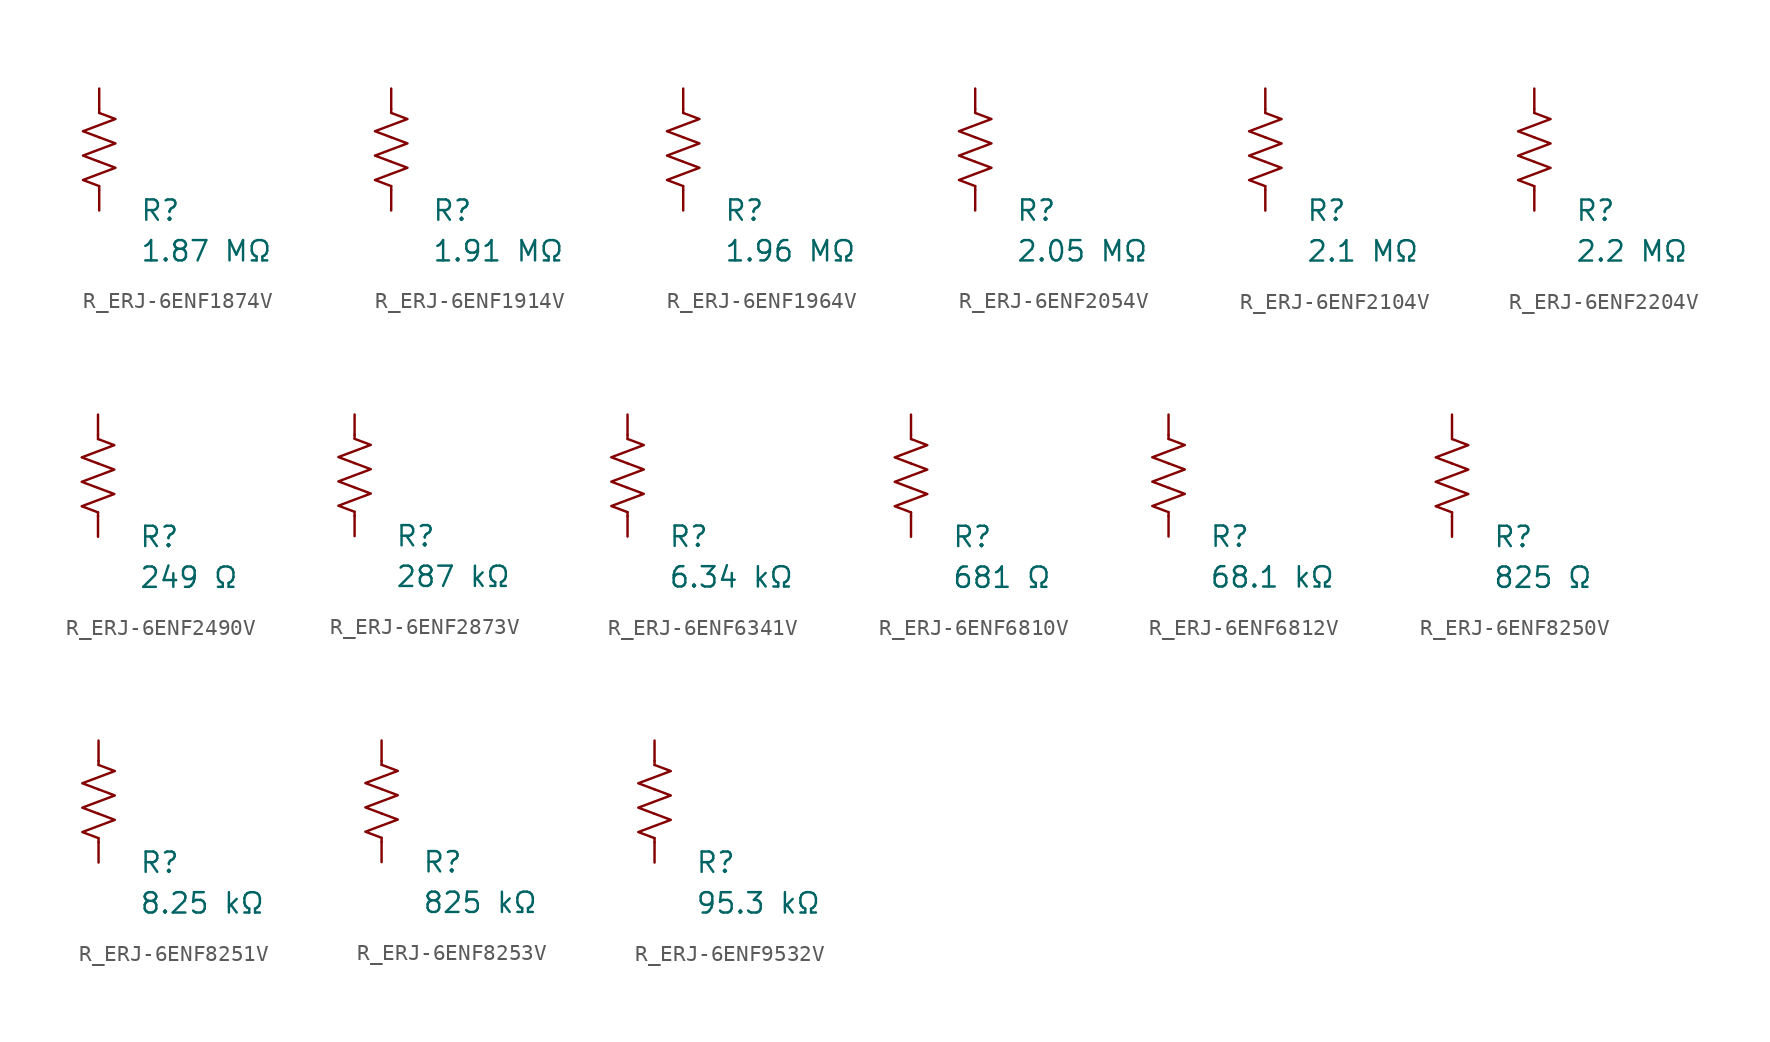
<source format=kicad_sym>
(kicad_symbol_lib
  (version 20231120)
  (generator "kicad_symbol_editor")
  (generator_version "8.0")
  (symbol "R_ERJ-6ENF1874V"
    (pin_numbers hide)
    (pin_names
      (offset 0))
    (property "Reference" "R"
      (at 2.54 -3.81 0)
      (effects (font (size 1.27 1.27)) (justify left))
      (show_name no))
    (property "Value" "1.87 MΩ"
      (at 2.54 -6.35 0)
      (effects (font (size 1.27 1.27)) (justify left))
      (show_name no))
    (symbol "R_ERJ-6ENF1874V_0_1"
      (polyline (pts (xy 0 -2.286) (xy 0 -2.54)) (stroke (width 0) (type default)) (fill (type none)))
      (polyline (pts (xy 0 2.286) (xy 0 2.54)) (stroke (width 0) (type default)) (fill (type none)))
      (polyline (pts (xy 0 -0.762) (xy 1.016 -1.143) (xy 0 -1.524) (xy -1.016 -1.905) (xy 0 -2.286)) (stroke (width 0) (type default)) (fill (type none)))
      (polyline (pts (xy 0 0.762) (xy 1.016 0.381) (xy 0 0) (xy -1.016 -0.381) (xy 0 -0.762)) (stroke (width 0) (type default)) (fill (type none)))
      (polyline (pts (xy 0 2.286) (xy 1.016 1.905) (xy 0 1.524) (xy -1.016 1.143) (xy 0 0.762)) (stroke (width 0) (type default)) (fill (type none))))
    (symbol "R_ERJ-6ENF1874V_1_1"
      (pin passive line (at 0 3.81 270) (length 1.27) (name "~" (effects (font (size 1.27 1.27)))) (number "1" (effects (font (size 1.27 1.27)))))
      (pin passive line (at 0 -3.81 90) (length 1.27) (name "~" (effects (font (size 1.27 1.27)))) (number "2" (effects (font (size 1.27 1.27)))))))
  (symbol "R_ERJ-6ENF1914V"
    (pin_numbers hide)
    (pin_names
      (offset 0))
    (property "Reference" "R"
      (at 2.54 -3.81 0)
      (effects (font (size 1.27 1.27)) (justify left))
      (show_name no))
    (property "Value" "1.91 MΩ"
      (at 2.54 -6.35 0)
      (effects (font (size 1.27 1.27)) (justify left))
      (show_name no))
    (symbol "R_ERJ-6ENF1914V_0_1"
      (polyline (pts (xy 0 -2.286) (xy 0 -2.54)) (stroke (width 0) (type default)) (fill (type none)))
      (polyline (pts (xy 0 2.286) (xy 0 2.54)) (stroke (width 0) (type default)) (fill (type none)))
      (polyline (pts (xy 0 -0.762) (xy 1.016 -1.143) (xy 0 -1.524) (xy -1.016 -1.905) (xy 0 -2.286)) (stroke (width 0) (type default)) (fill (type none)))
      (polyline (pts (xy 0 0.762) (xy 1.016 0.381) (xy 0 0) (xy -1.016 -0.381) (xy 0 -0.762)) (stroke (width 0) (type default)) (fill (type none)))
      (polyline (pts (xy 0 2.286) (xy 1.016 1.905) (xy 0 1.524) (xy -1.016 1.143) (xy 0 0.762)) (stroke (width 0) (type default)) (fill (type none))))
    (symbol "R_ERJ-6ENF1914V_1_1"
      (pin passive line (at 0 3.81 270) (length 1.27) (name "~" (effects (font (size 1.27 1.27)))) (number "1" (effects (font (size 1.27 1.27)))))
      (pin passive line (at 0 -3.81 90) (length 1.27) (name "~" (effects (font (size 1.27 1.27)))) (number "2" (effects (font (size 1.27 1.27)))))))
  (symbol "R_ERJ-6ENF1964V"
    (pin_numbers hide)
    (pin_names
      (offset 0))
    (property "Reference" "R"
      (at 2.54 -3.81 0)
      (effects (font (size 1.27 1.27)) (justify left))
      (show_name no))
    (property "Value" "1.96 MΩ"
      (at 2.54 -6.35 0)
      (effects (font (size 1.27 1.27)) (justify left))
      (show_name no))
    (symbol "R_ERJ-6ENF1964V_0_1"
      (polyline (pts (xy 0 -2.286) (xy 0 -2.54)) (stroke (width 0) (type default)) (fill (type none)))
      (polyline (pts (xy 0 2.286) (xy 0 2.54)) (stroke (width 0) (type default)) (fill (type none)))
      (polyline (pts (xy 0 -0.762) (xy 1.016 -1.143) (xy 0 -1.524) (xy -1.016 -1.905) (xy 0 -2.286)) (stroke (width 0) (type default)) (fill (type none)))
      (polyline (pts (xy 0 0.762) (xy 1.016 0.381) (xy 0 0) (xy -1.016 -0.381) (xy 0 -0.762)) (stroke (width 0) (type default)) (fill (type none)))
      (polyline (pts (xy 0 2.286) (xy 1.016 1.905) (xy 0 1.524) (xy -1.016 1.143) (xy 0 0.762)) (stroke (width 0) (type default)) (fill (type none))))
    (symbol "R_ERJ-6ENF1964V_1_1"
      (pin passive line (at 0 3.81 270) (length 1.27) (name "~" (effects (font (size 1.27 1.27)))) (number "1" (effects (font (size 1.27 1.27)))))
      (pin passive line (at 0 -3.81 90) (length 1.27) (name "~" (effects (font (size 1.27 1.27)))) (number "2" (effects (font (size 1.27 1.27)))))))
  (symbol "R_ERJ-6ENF2054V"
    (pin_numbers hide)
    (pin_names
      (offset 0))
    (property "Reference" "R"
      (at 2.54 -3.81 0)
      (effects (font (size 1.27 1.27)) (justify left))
      (show_name no))
    (property "Value" "2.05 MΩ"
      (at 2.54 -6.35 0)
      (effects (font (size 1.27 1.27)) (justify left))
      (show_name no))
    (symbol "R_ERJ-6ENF2054V_0_1"
      (polyline (pts (xy 0 -2.286) (xy 0 -2.54)) (stroke (width 0) (type default)) (fill (type none)))
      (polyline (pts (xy 0 2.286) (xy 0 2.54)) (stroke (width 0) (type default)) (fill (type none)))
      (polyline (pts (xy 0 -0.762) (xy 1.016 -1.143) (xy 0 -1.524) (xy -1.016 -1.905) (xy 0 -2.286)) (stroke (width 0) (type default)) (fill (type none)))
      (polyline (pts (xy 0 0.762) (xy 1.016 0.381) (xy 0 0) (xy -1.016 -0.381) (xy 0 -0.762)) (stroke (width 0) (type default)) (fill (type none)))
      (polyline (pts (xy 0 2.286) (xy 1.016 1.905) (xy 0 1.524) (xy -1.016 1.143) (xy 0 0.762)) (stroke (width 0) (type default)) (fill (type none))))
    (symbol "R_ERJ-6ENF2054V_1_1"
      (pin passive line (at 0 3.81 270) (length 1.27) (name "~" (effects (font (size 1.27 1.27)))) (number "1" (effects (font (size 1.27 1.27)))))
      (pin passive line (at 0 -3.81 90) (length 1.27) (name "~" (effects (font (size 1.27 1.27)))) (number "2" (effects (font (size 1.27 1.27)))))))
  (symbol "R_ERJ-6ENF2104V"
    (pin_numbers hide)
    (pin_names
      (offset 0))
    (property "Reference" "R"
      (at 2.54 -3.81 0)
      (effects (font (size 1.27 1.27)) (justify left))
      (show_name no))
    (property "Value" "2.1 MΩ"
      (at 2.54 -6.35 0)
      (effects (font (size 1.27 1.27)) (justify left))
      (show_name no))
    (symbol "R_ERJ-6ENF2104V_0_1"
      (polyline (pts (xy 0 -2.286) (xy 0 -2.54)) (stroke (width 0) (type default)) (fill (type none)))
      (polyline (pts (xy 0 2.286) (xy 0 2.54)) (stroke (width 0) (type default)) (fill (type none)))
      (polyline (pts (xy 0 -0.762) (xy 1.016 -1.143) (xy 0 -1.524) (xy -1.016 -1.905) (xy 0 -2.286)) (stroke (width 0) (type default)) (fill (type none)))
      (polyline (pts (xy 0 0.762) (xy 1.016 0.381) (xy 0 0) (xy -1.016 -0.381) (xy 0 -0.762)) (stroke (width 0) (type default)) (fill (type none)))
      (polyline (pts (xy 0 2.286) (xy 1.016 1.905) (xy 0 1.524) (xy -1.016 1.143) (xy 0 0.762)) (stroke (width 0) (type default)) (fill (type none))))
    (symbol "R_ERJ-6ENF2104V_1_1"
      (pin passive line (at 0 3.81 270) (length 1.27) (name "~" (effects (font (size 1.27 1.27)))) (number "1" (effects (font (size 1.27 1.27)))))
      (pin passive line (at 0 -3.81 90) (length 1.27) (name "~" (effects (font (size 1.27 1.27)))) (number "2" (effects (font (size 1.27 1.27)))))))
  (symbol "R_ERJ-6ENF2204V"
    (pin_numbers hide)
    (pin_names
      (offset 0))
    (property "Reference" "R"
      (at 2.54 -3.81 0)
      (effects (font (size 1.27 1.27)) (justify left))
      (show_name no))
    (property "Value" "2.2 MΩ"
      (at 2.54 -6.35 0)
      (effects (font (size 1.27 1.27)) (justify left))
      (show_name no))
    (symbol "R_ERJ-6ENF2204V_0_1"
      (polyline (pts (xy 0 -2.286) (xy 0 -2.54)) (stroke (width 0) (type default)) (fill (type none)))
      (polyline (pts (xy 0 2.286) (xy 0 2.54)) (stroke (width 0) (type default)) (fill (type none)))
      (polyline (pts (xy 0 -0.762) (xy 1.016 -1.143) (xy 0 -1.524) (xy -1.016 -1.905) (xy 0 -2.286)) (stroke (width 0) (type default)) (fill (type none)))
      (polyline (pts (xy 0 0.762) (xy 1.016 0.381) (xy 0 0) (xy -1.016 -0.381) (xy 0 -0.762)) (stroke (width 0) (type default)) (fill (type none)))
      (polyline (pts (xy 0 2.286) (xy 1.016 1.905) (xy 0 1.524) (xy -1.016 1.143) (xy 0 0.762)) (stroke (width 0) (type default)) (fill (type none))))
    (symbol "R_ERJ-6ENF2204V_1_1"
      (pin passive line (at 0 3.81 270) (length 1.27) (name "~" (effects (font (size 1.27 1.27)))) (number "1" (effects (font (size 1.27 1.27)))))
      (pin passive line (at 0 -3.81 90) (length 1.27) (name "~" (effects (font (size 1.27 1.27)))) (number "2" (effects (font (size 1.27 1.27)))))))
  (symbol "R_ERJ-6ENF2490V"
    (pin_numbers hide)
    (pin_names
      (offset 0))
    (property "Reference" "R"
      (at 2.54 -3.81 0)
      (effects (font (size 1.27 1.27)) (justify left))
      (show_name no))
    (property "Value" "249 Ω"
      (at 2.54 -6.35 0)
      (effects (font (size 1.27 1.27)) (justify left))
      (show_name no))
    (symbol "R_ERJ-6ENF2490V_0_1"
      (polyline (pts (xy 0 -2.286) (xy 0 -2.54)) (stroke (width 0) (type default)) (fill (type none)))
      (polyline (pts (xy 0 2.286) (xy 0 2.54)) (stroke (width 0) (type default)) (fill (type none)))
      (polyline (pts (xy 0 -0.762) (xy 1.016 -1.143) (xy 0 -1.524) (xy -1.016 -1.905) (xy 0 -2.286)) (stroke (width 0) (type default)) (fill (type none)))
      (polyline (pts (xy 0 0.762) (xy 1.016 0.381) (xy 0 0) (xy -1.016 -0.381) (xy 0 -0.762)) (stroke (width 0) (type default)) (fill (type none)))
      (polyline (pts (xy 0 2.286) (xy 1.016 1.905) (xy 0 1.524) (xy -1.016 1.143) (xy 0 0.762)) (stroke (width 0) (type default)) (fill (type none))))
    (symbol "R_ERJ-6ENF2490V_1_1"
      (pin passive line (at 0 3.81 270) (length 1.27) (name "~" (effects (font (size 1.27 1.27)))) (number "1" (effects (font (size 1.27 1.27)))))
      (pin passive line (at 0 -3.81 90) (length 1.27) (name "~" (effects (font (size 1.27 1.27)))) (number "2" (effects (font (size 1.27 1.27)))))))
  (symbol "R_ERJ-6ENF2873V"
    (pin_numbers hide)
    (pin_names
      (offset 0))
    (property "Reference" "R"
      (at 2.54 -3.81 0)
      (effects (font (size 1.27 1.27)) (justify left))
      (show_name no))
    (property "Value" "287 kΩ"
      (at 2.54 -6.35 0)
      (effects (font (size 1.27 1.27)) (justify left))
      (show_name no))
    (symbol "R_ERJ-6ENF2873V_0_1"
      (polyline (pts (xy 0 -2.286) (xy 0 -2.54)) (stroke (width 0) (type default)) (fill (type none)))
      (polyline (pts (xy 0 2.286) (xy 0 2.54)) (stroke (width 0) (type default)) (fill (type none)))
      (polyline (pts (xy 0 -0.762) (xy 1.016 -1.143) (xy 0 -1.524) (xy -1.016 -1.905) (xy 0 -2.286)) (stroke (width 0) (type default)) (fill (type none)))
      (polyline (pts (xy 0 0.762) (xy 1.016 0.381) (xy 0 0) (xy -1.016 -0.381) (xy 0 -0.762)) (stroke (width 0) (type default)) (fill (type none)))
      (polyline (pts (xy 0 2.286) (xy 1.016 1.905) (xy 0 1.524) (xy -1.016 1.143) (xy 0 0.762)) (stroke (width 0) (type default)) (fill (type none))))
    (symbol "R_ERJ-6ENF2873V_1_1"
      (pin passive line (at 0 3.81 270) (length 1.27) (name "~" (effects (font (size 1.27 1.27)))) (number "1" (effects (font (size 1.27 1.27)))))
      (pin passive line (at 0 -3.81 90) (length 1.27) (name "~" (effects (font (size 1.27 1.27)))) (number "2" (effects (font (size 1.27 1.27)))))))
  (symbol "R_ERJ-6ENF6341V"
    (pin_numbers hide)
    (pin_names
      (offset 0))
    (property "Reference" "R"
      (at 2.54 -3.81 0)
      (effects (font (size 1.27 1.27)) (justify left))
      (show_name no))
    (property "Value" "6.34 kΩ"
      (at 2.54 -6.35 0)
      (effects (font (size 1.27 1.27)) (justify left))
      (show_name no))
    (symbol "R_ERJ-6ENF6341V_0_1"
      (polyline (pts (xy 0 -2.286) (xy 0 -2.54)) (stroke (width 0) (type default)) (fill (type none)))
      (polyline (pts (xy 0 2.286) (xy 0 2.54)) (stroke (width 0) (type default)) (fill (type none)))
      (polyline (pts (xy 0 -0.762) (xy 1.016 -1.143) (xy 0 -1.524) (xy -1.016 -1.905) (xy 0 -2.286)) (stroke (width 0) (type default)) (fill (type none)))
      (polyline (pts (xy 0 0.762) (xy 1.016 0.381) (xy 0 0) (xy -1.016 -0.381) (xy 0 -0.762)) (stroke (width 0) (type default)) (fill (type none)))
      (polyline (pts (xy 0 2.286) (xy 1.016 1.905) (xy 0 1.524) (xy -1.016 1.143) (xy 0 0.762)) (stroke (width 0) (type default)) (fill (type none))))
    (symbol "R_ERJ-6ENF6341V_1_1"
      (pin passive line (at 0 3.81 270) (length 1.27) (name "~" (effects (font (size 1.27 1.27)))) (number "1" (effects (font (size 1.27 1.27)))))
      (pin passive line (at 0 -3.81 90) (length 1.27) (name "~" (effects (font (size 1.27 1.27)))) (number "2" (effects (font (size 1.27 1.27)))))))
  (symbol "R_ERJ-6ENF6810V"
    (pin_numbers hide)
    (pin_names
      (offset 0))
    (property "Reference" "R"
      (at 2.54 -3.81 0)
      (effects (font (size 1.27 1.27)) (justify left))
      (show_name no))
    (property "Value" "681 Ω"
      (at 2.54 -6.35 0)
      (effects (font (size 1.27 1.27)) (justify left))
      (show_name no))
    (symbol "R_ERJ-6ENF6810V_0_1"
      (polyline (pts (xy 0 -2.286) (xy 0 -2.54)) (stroke (width 0) (type default)) (fill (type none)))
      (polyline (pts (xy 0 2.286) (xy 0 2.54)) (stroke (width 0) (type default)) (fill (type none)))
      (polyline (pts (xy 0 -0.762) (xy 1.016 -1.143) (xy 0 -1.524) (xy -1.016 -1.905) (xy 0 -2.286)) (stroke (width 0) (type default)) (fill (type none)))
      (polyline (pts (xy 0 0.762) (xy 1.016 0.381) (xy 0 0) (xy -1.016 -0.381) (xy 0 -0.762)) (stroke (width 0) (type default)) (fill (type none)))
      (polyline (pts (xy 0 2.286) (xy 1.016 1.905) (xy 0 1.524) (xy -1.016 1.143) (xy 0 0.762)) (stroke (width 0) (type default)) (fill (type none))))
    (symbol "R_ERJ-6ENF6810V_1_1"
      (pin passive line (at 0 3.81 270) (length 1.27) (name "~" (effects (font (size 1.27 1.27)))) (number "1" (effects (font (size 1.27 1.27)))))
      (pin passive line (at 0 -3.81 90) (length 1.27) (name "~" (effects (font (size 1.27 1.27)))) (number "2" (effects (font (size 1.27 1.27)))))))
  (symbol "R_ERJ-6ENF6812V"
    (pin_numbers hide)
    (pin_names
      (offset 0))
    (property "Reference" "R"
      (at 2.54 -3.81 0)
      (effects (font (size 1.27 1.27)) (justify left))
      (show_name no))
    (property "Value" "68.1 kΩ"
      (at 2.54 -6.35 0)
      (effects (font (size 1.27 1.27)) (justify left))
      (show_name no))
    (symbol "R_ERJ-6ENF6812V_0_1"
      (polyline (pts (xy 0 -2.286) (xy 0 -2.54)) (stroke (width 0) (type default)) (fill (type none)))
      (polyline (pts (xy 0 2.286) (xy 0 2.54)) (stroke (width 0) (type default)) (fill (type none)))
      (polyline (pts (xy 0 -0.762) (xy 1.016 -1.143) (xy 0 -1.524) (xy -1.016 -1.905) (xy 0 -2.286)) (stroke (width 0) (type default)) (fill (type none)))
      (polyline (pts (xy 0 0.762) (xy 1.016 0.381) (xy 0 0) (xy -1.016 -0.381) (xy 0 -0.762)) (stroke (width 0) (type default)) (fill (type none)))
      (polyline (pts (xy 0 2.286) (xy 1.016 1.905) (xy 0 1.524) (xy -1.016 1.143) (xy 0 0.762)) (stroke (width 0) (type default)) (fill (type none))))
    (symbol "R_ERJ-6ENF6812V_1_1"
      (pin passive line (at 0 3.81 270) (length 1.27) (name "~" (effects (font (size 1.27 1.27)))) (number "1" (effects (font (size 1.27 1.27)))))
      (pin passive line (at 0 -3.81 90) (length 1.27) (name "~" (effects (font (size 1.27 1.27)))) (number "2" (effects (font (size 1.27 1.27)))))))
  (symbol "R_ERJ-6ENF8250V"
    (pin_numbers hide)
    (pin_names
      (offset 0))
    (property "Reference" "R"
      (at 2.54 -3.81 0)
      (effects (font (size 1.27 1.27)) (justify left))
      (show_name no))
    (property "Value" "825 Ω"
      (at 2.54 -6.35 0)
      (effects (font (size 1.27 1.27)) (justify left))
      (show_name no))
    (symbol "R_ERJ-6ENF8250V_0_1"
      (polyline (pts (xy 0 -2.286) (xy 0 -2.54)) (stroke (width 0) (type default)) (fill (type none)))
      (polyline (pts (xy 0 2.286) (xy 0 2.54)) (stroke (width 0) (type default)) (fill (type none)))
      (polyline (pts (xy 0 -0.762) (xy 1.016 -1.143) (xy 0 -1.524) (xy -1.016 -1.905) (xy 0 -2.286)) (stroke (width 0) (type default)) (fill (type none)))
      (polyline (pts (xy 0 0.762) (xy 1.016 0.381) (xy 0 0) (xy -1.016 -0.381) (xy 0 -0.762)) (stroke (width 0) (type default)) (fill (type none)))
      (polyline (pts (xy 0 2.286) (xy 1.016 1.905) (xy 0 1.524) (xy -1.016 1.143) (xy 0 0.762)) (stroke (width 0) (type default)) (fill (type none))))
    (symbol "R_ERJ-6ENF8250V_1_1"
      (pin passive line (at 0 3.81 270) (length 1.27) (name "~" (effects (font (size 1.27 1.27)))) (number "1" (effects (font (size 1.27 1.27)))))
      (pin passive line (at 0 -3.81 90) (length 1.27) (name "~" (effects (font (size 1.27 1.27)))) (number "2" (effects (font (size 1.27 1.27)))))))
  (symbol "R_ERJ-6ENF8251V"
    (pin_numbers hide)
    (pin_names
      (offset 0))
    (property "Reference" "R"
      (at 2.54 -3.81 0)
      (effects (font (size 1.27 1.27)) (justify left))
      (show_name no))
    (property "Value" "8.25 kΩ"
      (at 2.54 -6.35 0)
      (effects (font (size 1.27 1.27)) (justify left))
      (show_name no))
    (symbol "R_ERJ-6ENF8251V_0_1"
      (polyline (pts (xy 0 -2.286) (xy 0 -2.54)) (stroke (width 0) (type default)) (fill (type none)))
      (polyline (pts (xy 0 2.286) (xy 0 2.54)) (stroke (width 0) (type default)) (fill (type none)))
      (polyline (pts (xy 0 -0.762) (xy 1.016 -1.143) (xy 0 -1.524) (xy -1.016 -1.905) (xy 0 -2.286)) (stroke (width 0) (type default)) (fill (type none)))
      (polyline (pts (xy 0 0.762) (xy 1.016 0.381) (xy 0 0) (xy -1.016 -0.381) (xy 0 -0.762)) (stroke (width 0) (type default)) (fill (type none)))
      (polyline (pts (xy 0 2.286) (xy 1.016 1.905) (xy 0 1.524) (xy -1.016 1.143) (xy 0 0.762)) (stroke (width 0) (type default)) (fill (type none))))
    (symbol "R_ERJ-6ENF8251V_1_1"
      (pin passive line (at 0 3.81 270) (length 1.27) (name "~" (effects (font (size 1.27 1.27)))) (number "1" (effects (font (size 1.27 1.27)))))
      (pin passive line (at 0 -3.81 90) (length 1.27) (name "~" (effects (font (size 1.27 1.27)))) (number "2" (effects (font (size 1.27 1.27)))))))
  (symbol "R_ERJ-6ENF8253V"
    (pin_numbers hide)
    (pin_names
      (offset 0))
    (property "Reference" "R"
      (at 2.54 -3.81 0)
      (effects (font (size 1.27 1.27)) (justify left))
      (show_name no))
    (property "Value" "825 kΩ"
      (at 2.54 -6.35 0)
      (effects (font (size 1.27 1.27)) (justify left))
      (show_name no))
    (symbol "R_ERJ-6ENF8253V_0_1"
      (polyline (pts (xy 0 -2.286) (xy 0 -2.54)) (stroke (width 0) (type default)) (fill (type none)))
      (polyline (pts (xy 0 2.286) (xy 0 2.54)) (stroke (width 0) (type default)) (fill (type none)))
      (polyline (pts (xy 0 -0.762) (xy 1.016 -1.143) (xy 0 -1.524) (xy -1.016 -1.905) (xy 0 -2.286)) (stroke (width 0) (type default)) (fill (type none)))
      (polyline (pts (xy 0 0.762) (xy 1.016 0.381) (xy 0 0) (xy -1.016 -0.381) (xy 0 -0.762)) (stroke (width 0) (type default)) (fill (type none)))
      (polyline (pts (xy 0 2.286) (xy 1.016 1.905) (xy 0 1.524) (xy -1.016 1.143) (xy 0 0.762)) (stroke (width 0) (type default)) (fill (type none))))
    (symbol "R_ERJ-6ENF8253V_1_1"
      (pin passive line (at 0 3.81 270) (length 1.27) (name "~" (effects (font (size 1.27 1.27)))) (number "1" (effects (font (size 1.27 1.27)))))
      (pin passive line (at 0 -3.81 90) (length 1.27) (name "~" (effects (font (size 1.27 1.27)))) (number "2" (effects (font (size 1.27 1.27)))))))
  (symbol "R_ERJ-6ENF9532V"
    (pin_numbers hide)
    (pin_names
      (offset 0))
    (property "Reference" "R"
      (at 2.54 -3.81 0)
      (effects (font (size 1.27 1.27)) (justify left))
      (show_name no))
    (property "Value" "95.3 kΩ"
      (at 2.54 -6.35 0)
      (effects (font (size 1.27 1.27)) (justify left))
      (show_name no))
    (symbol "R_ERJ-6ENF9532V_0_1"
      (polyline (pts (xy 0 -2.286) (xy 0 -2.54)) (stroke (width 0) (type default)) (fill (type none)))
      (polyline (pts (xy 0 2.286) (xy 0 2.54)) (stroke (width 0) (type default)) (fill (type none)))
      (polyline (pts (xy 0 -0.762) (xy 1.016 -1.143) (xy 0 -1.524) (xy -1.016 -1.905) (xy 0 -2.286)) (stroke (width 0) (type default)) (fill (type none)))
      (polyline (pts (xy 0 0.762) (xy 1.016 0.381) (xy 0 0) (xy -1.016 -0.381) (xy 0 -0.762)) (stroke (width 0) (type default)) (fill (type none)))
      (polyline (pts (xy 0 2.286) (xy 1.016 1.905) (xy 0 1.524) (xy -1.016 1.143) (xy 0 0.762)) (stroke (width 0) (type default)) (fill (type none))))
    (symbol "R_ERJ-6ENF9532V_1_1"
      (pin passive line (at 0 3.81 270) (length 1.27) (name "~" (effects (font (size 1.27 1.27)))) (number "1" (effects (font (size 1.27 1.27)))))
      (pin passive line (at 0 -3.81 90) (length 1.27) (name "~" (effects (font (size 1.27 1.27)))) (number "2" (effects (font (size 1.27 1.27))))))))
</source>
